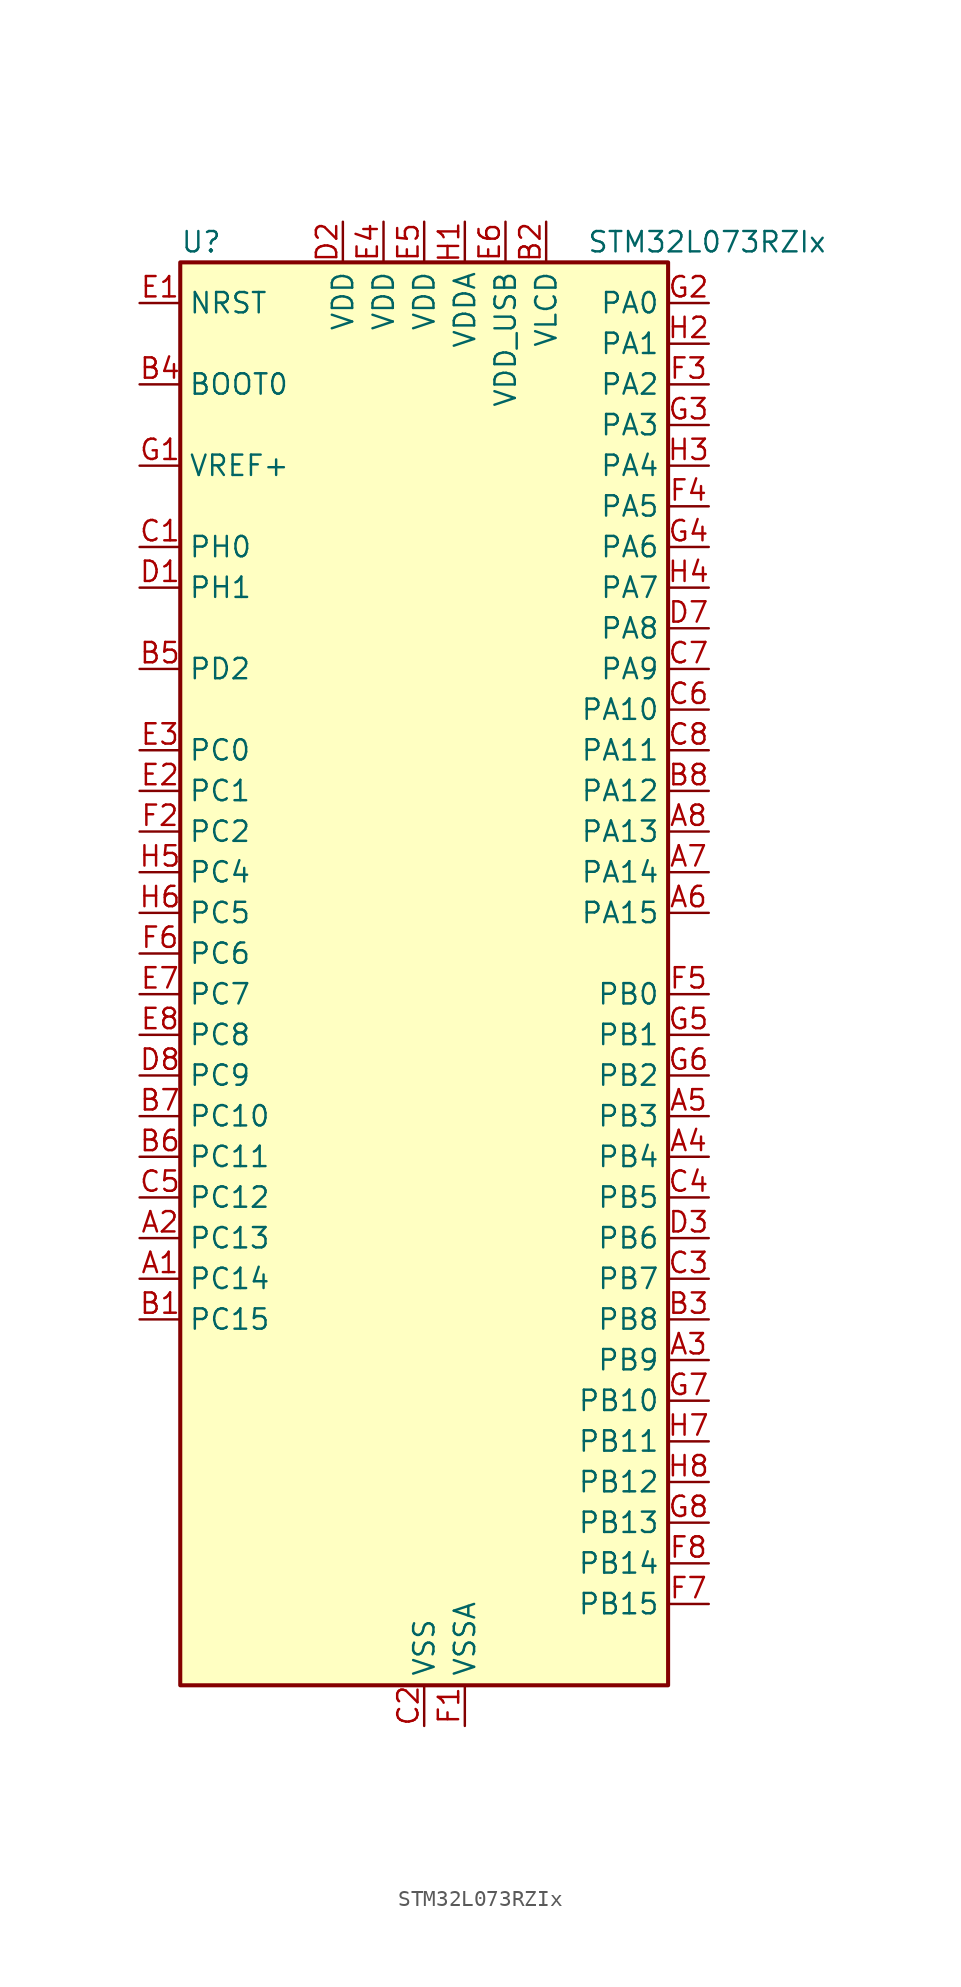
<source format=kicad_sym>
(kicad_symbol_lib
  (version 20220914)
  (generator kicad_symbol_editor)
  (symbol "STM32L073RZIx"
    (property "Reference" "U"
      (at -15.24 46.99 0)
      (effects (font (size 1.27 1.27)) (justify left)))
    (property "Value" "STM32L073RZIx"
      (at 10.16 46.99 0)
      (effects (font (size 1.27 1.27)) (justify left)))
    (property "ki_locked" ""
      (at 0 0 0)
      (effects (font (size 1.27 1.27))))
    (symbol "STM32L073RZIx_0_1"
      (rectangle (start -15.24 -43.18) (end 15.24 45.72) (stroke (width 0.254) (type default)) (fill (type background))))
    (symbol "STM32L073RZIx_1_1"
      (pin bidirectional line (at -17.78 -17.78 0) (length 2.54) (name "PC14" (effects (font (size 1.27 1.27)))) (number "A1" (effects (font (size 1.27 1.27)))) (alternate "RCC_OSC32_IN" bidirectional line))
      (pin bidirectional line (at -17.78 -15.24 0) (length 2.54) (name "PC13" (effects (font (size 1.27 1.27)))) (number "A2" (effects (font (size 1.27 1.27)))) (alternate "RTC_OUT_ALARM" bidirectional line) (alternate "RTC_OUT_CALIB" bidirectional line) (alternate "RTC_TAMP1" bidirectional line) (alternate "RTC_TS" bidirectional line) (alternate "SYS_WKUP2" bidirectional line))
      (pin bidirectional line (at 17.78 -22.86 180) (length 2.54) (name "PB9" (effects (font (size 1.27 1.27)))) (number "A3" (effects (font (size 1.27 1.27)))) (alternate "DAC_EXTI9" bidirectional line) (alternate "I2C1_SDA" bidirectional line) (alternate "I2S2_WS" bidirectional line) (alternate "LCD_COM3" bidirectional line) (alternate "SPI2_NSS" bidirectional line))
      (pin bidirectional line (at 17.78 -10.16 180) (length 2.54) (name "PB4" (effects (font (size 1.27 1.27)))) (number "A4" (effects (font (size 1.27 1.27)))) (alternate "COMP2_INP" bidirectional line) (alternate "I2C3_SDA" bidirectional line) (alternate "LCD_SEG8" bidirectional line) (alternate "SPI1_MISO" bidirectional line) (alternate "TIM22_CH1" bidirectional line) (alternate "TIM3_CH1" bidirectional line) (alternate "TSC_G5_IO2" bidirectional line) (alternate "USART1_CTS" bidirectional line) (alternate "USART5_RX" bidirectional line))
      (pin bidirectional line (at 17.78 -7.62 180) (length 2.54) (name "PB3" (effects (font (size 1.27 1.27)))) (number "A5" (effects (font (size 1.27 1.27)))) (alternate "COMP2_INM" bidirectional line) (alternate "LCD_SEG7" bidirectional line) (alternate "SPI1_SCK" bidirectional line) (alternate "TIM2_CH2" bidirectional line) (alternate "TSC_G5_IO1" bidirectional line) (alternate "USART1_DE" bidirectional line) (alternate "USART1_RTS" bidirectional line) (alternate "USART5_TX" bidirectional line))
      (pin bidirectional line (at 17.78 5.08 180) (length 2.54) (name "PA15" (effects (font (size 1.27 1.27)))) (number "A6" (effects (font (size 1.27 1.27)))) (alternate "LCD_SEG17" bidirectional line) (alternate "SPI1_NSS" bidirectional line) (alternate "TIM2_CH1" bidirectional line) (alternate "TIM2_ETR" bidirectional line) (alternate "USART2_RX" bidirectional line) (alternate "USART4_DE" bidirectional line) (alternate "USART4_RTS" bidirectional line))
      (pin bidirectional line (at 17.78 7.62 180) (length 2.54) (name "PA14" (effects (font (size 1.27 1.27)))) (number "A7" (effects (font (size 1.27 1.27)))) (alternate "LPUART1_TX" bidirectional line) (alternate "SYS_SWCLK" bidirectional line) (alternate "USART2_TX" bidirectional line))
      (pin bidirectional line (at 17.78 10.16 180) (length 2.54) (name "PA13" (effects (font (size 1.27 1.27)))) (number "A8" (effects (font (size 1.27 1.27)))) (alternate "LPUART1_RX" bidirectional line) (alternate "SYS_SWDIO" bidirectional line) (alternate "USB_NOE" bidirectional line))
      (pin bidirectional line (at -17.78 -20.32 0) (length 2.54) (name "PC15" (effects (font (size 1.27 1.27)))) (number "B1" (effects (font (size 1.27 1.27)))) (alternate "RCC_OSC32_OUT" bidirectional line))
      (pin power_in line (at 7.62 48.26 270) (length 2.54) (name "VLCD" (effects (font (size 1.27 1.27)))) (number "B2" (effects (font (size 1.27 1.27)))))
      (pin bidirectional line (at 17.78 -20.32 180) (length 2.54) (name "PB8" (effects (font (size 1.27 1.27)))) (number "B3" (effects (font (size 1.27 1.27)))) (alternate "I2C1_SCL" bidirectional line) (alternate "LCD_SEG16" bidirectional line) (alternate "TSC_SYNC" bidirectional line))
      (pin input line (at -17.78 38.1 0) (length 2.54) (name "BOOT0" (effects (font (size 1.27 1.27)))) (number "B4" (effects (font (size 1.27 1.27)))))
      (pin bidirectional line (at -17.78 20.32 0) (length 2.54) (name "PD2" (effects (font (size 1.27 1.27)))) (number "B5" (effects (font (size 1.27 1.27)))) (alternate "LCD_COM7" bidirectional line) (alternate "LCD_SEG31" bidirectional line) (alternate "LPUART1_DE" bidirectional line) (alternate "LPUART1_RTS" bidirectional line) (alternate "TIM3_ETR" bidirectional line) (alternate "USART5_RX" bidirectional line))
      (pin bidirectional line (at -17.78 -10.16 0) (length 2.54) (name "PC11" (effects (font (size 1.27 1.27)))) (number "B6" (effects (font (size 1.27 1.27)))) (alternate "ADC_EXTI11" bidirectional line) (alternate "LCD_COM5" bidirectional line) (alternate "LCD_SEG29" bidirectional line) (alternate "LPUART1_RX" bidirectional line) (alternate "USART4_RX" bidirectional line))
      (pin bidirectional line (at -17.78 -7.62 0) (length 2.54) (name "PC10" (effects (font (size 1.27 1.27)))) (number "B7" (effects (font (size 1.27 1.27)))) (alternate "LCD_COM4" bidirectional line) (alternate "LCD_SEG28" bidirectional line) (alternate "LPUART1_TX" bidirectional line) (alternate "USART4_TX" bidirectional line))
      (pin bidirectional line (at 17.78 12.7 180) (length 2.54) (name "PA12" (effects (font (size 1.27 1.27)))) (number "B8" (effects (font (size 1.27 1.27)))) (alternate "COMP2_OUT" bidirectional line) (alternate "SPI1_MOSI" bidirectional line) (alternate "TSC_G4_IO4" bidirectional line) (alternate "USART1_DE" bidirectional line) (alternate "USART1_RTS" bidirectional line) (alternate "USB_DP" bidirectional line))
      (pin bidirectional line (at -17.78 27.94 0) (length 2.54) (name "PH0" (effects (font (size 1.27 1.27)))) (number "C1" (effects (font (size 1.27 1.27)))) (alternate "CRS_SYNC" bidirectional line) (alternate "RCC_OSC_IN" bidirectional line))
      (pin power_in line (at 0 -45.72 90) (length 2.54) (name "VSS" (effects (font (size 1.27 1.27)))) (number "C2" (effects (font (size 1.27 1.27)))))
      (pin bidirectional line (at 17.78 -17.78 180) (length 2.54) (name "PB7" (effects (font (size 1.27 1.27)))) (number "C3" (effects (font (size 1.27 1.27)))) (alternate "COMP2_INP" bidirectional line) (alternate "I2C1_SDA" bidirectional line) (alternate "LPTIM1_IN2" bidirectional line) (alternate "SYS_PVD_IN" bidirectional line) (alternate "TSC_G5_IO4" bidirectional line) (alternate "USART1_RX" bidirectional line) (alternate "USART4_CTS" bidirectional line))
      (pin bidirectional line (at 17.78 -12.7 180) (length 2.54) (name "PB5" (effects (font (size 1.27 1.27)))) (number "C4" (effects (font (size 1.27 1.27)))) (alternate "COMP2_INP" bidirectional line) (alternate "I2C1_SMBA" bidirectional line) (alternate "LCD_SEG9" bidirectional line) (alternate "LPTIM1_IN1" bidirectional line) (alternate "SPI1_MOSI" bidirectional line) (alternate "TIM22_CH2" bidirectional line) (alternate "TIM3_CH2" bidirectional line) (alternate "USART1_CK" bidirectional line) (alternate "USART5_CK" bidirectional line) (alternate "USART5_DE" bidirectional line) (alternate "USART5_RTS" bidirectional line))
      (pin bidirectional line (at -17.78 -12.7 0) (length 2.54) (name "PC12" (effects (font (size 1.27 1.27)))) (number "C5" (effects (font (size 1.27 1.27)))) (alternate "LCD_COM6" bidirectional line) (alternate "LCD_SEG30" bidirectional line) (alternate "USART4_CK" bidirectional line) (alternate "USART5_TX" bidirectional line))
      (pin bidirectional line (at 17.78 17.78 180) (length 2.54) (name "PA10" (effects (font (size 1.27 1.27)))) (number "C6" (effects (font (size 1.27 1.27)))) (alternate "I2C1_SDA" bidirectional line) (alternate "LCD_COM2" bidirectional line) (alternate "TSC_G4_IO2" bidirectional line) (alternate "USART1_RX" bidirectional line))
      (pin bidirectional line (at 17.78 20.32 180) (length 2.54) (name "PA9" (effects (font (size 1.27 1.27)))) (number "C7" (effects (font (size 1.27 1.27)))) (alternate "DAC_EXTI9" bidirectional line) (alternate "I2C1_SCL" bidirectional line) (alternate "I2C3_SMBA" bidirectional line) (alternate "LCD_COM1" bidirectional line) (alternate "RCC_MCO" bidirectional line) (alternate "TSC_G4_IO1" bidirectional line) (alternate "USART1_TX" bidirectional line))
      (pin bidirectional line (at 17.78 15.24 180) (length 2.54) (name "PA11" (effects (font (size 1.27 1.27)))) (number "C8" (effects (font (size 1.27 1.27)))) (alternate "ADC_EXTI11" bidirectional line) (alternate "COMP1_OUT" bidirectional line) (alternate "SPI1_MISO" bidirectional line) (alternate "TSC_G4_IO3" bidirectional line) (alternate "USART1_CTS" bidirectional line) (alternate "USB_DM" bidirectional line))
      (pin bidirectional line (at -17.78 25.4 0) (length 2.54) (name "PH1" (effects (font (size 1.27 1.27)))) (number "D1" (effects (font (size 1.27 1.27)))) (alternate "RCC_OSC_OUT" bidirectional line))
      (pin power_in line (at -5.08 48.26 270) (length 2.54) (name "VDD" (effects (font (size 1.27 1.27)))) (number "D2" (effects (font (size 1.27 1.27)))))
      (pin bidirectional line (at 17.78 -15.24 180) (length 2.54) (name "PB6" (effects (font (size 1.27 1.27)))) (number "D3" (effects (font (size 1.27 1.27)))) (alternate "COMP2_INP" bidirectional line) (alternate "I2C1_SCL" bidirectional line) (alternate "LPTIM1_ETR" bidirectional line) (alternate "TSC_G5_IO3" bidirectional line) (alternate "USART1_TX" bidirectional line))
      (pin passive line (at 0 -45.72 90) (length 2.54) hide (name "VSS" (effects (font (size 1.27 1.27)))) (number "D4" (effects (font (size 1.27 1.27)))))
      (pin passive line (at 0 -45.72 90) (length 2.54) hide (name "VSS" (effects (font (size 1.27 1.27)))) (number "D5" (effects (font (size 1.27 1.27)))))
      (pin passive line (at 0 -45.72 90) (length 2.54) hide (name "VSS" (effects (font (size 1.27 1.27)))) (number "D6" (effects (font (size 1.27 1.27)))))
      (pin bidirectional line (at 17.78 22.86 180) (length 2.54) (name "PA8" (effects (font (size 1.27 1.27)))) (number "D7" (effects (font (size 1.27 1.27)))) (alternate "CRS_SYNC" bidirectional line) (alternate "I2C3_SCL" bidirectional line) (alternate "LCD_COM0" bidirectional line) (alternate "RCC_MCO" bidirectional line) (alternate "USART1_CK" bidirectional line))
      (pin bidirectional line (at -17.78 -5.08 0) (length 2.54) (name "PC9" (effects (font (size 1.27 1.27)))) (number "D8" (effects (font (size 1.27 1.27)))) (alternate "DAC_EXTI9" bidirectional line) (alternate "I2C3_SDA" bidirectional line) (alternate "LCD_SEG27" bidirectional line) (alternate "TIM21_ETR" bidirectional line) (alternate "TIM3_CH4" bidirectional line) (alternate "TSC_G8_IO4" bidirectional line) (alternate "USB_NOE" bidirectional line))
      (pin input line (at -17.78 43.18 0) (length 2.54) (name "NRST" (effects (font (size 1.27 1.27)))) (number "E1" (effects (font (size 1.27 1.27)))))
      (pin bidirectional line (at -17.78 12.7 0) (length 2.54) (name "PC1" (effects (font (size 1.27 1.27)))) (number "E2" (effects (font (size 1.27 1.27)))) (alternate "ADC_IN11" bidirectional line) (alternate "I2C3_SDA" bidirectional line) (alternate "LCD_SEG19" bidirectional line) (alternate "LPTIM1_OUT" bidirectional line) (alternate "LPUART1_TX" bidirectional line) (alternate "TSC_G7_IO2" bidirectional line))
      (pin bidirectional line (at -17.78 15.24 0) (length 2.54) (name "PC0" (effects (font (size 1.27 1.27)))) (number "E3" (effects (font (size 1.27 1.27)))) (alternate "ADC_IN10" bidirectional line) (alternate "I2C3_SCL" bidirectional line) (alternate "LCD_SEG18" bidirectional line) (alternate "LPTIM1_IN1" bidirectional line) (alternate "LPUART1_RX" bidirectional line) (alternate "TSC_G7_IO1" bidirectional line))
      (pin power_in line (at -2.54 48.26 270) (length 2.54) (name "VDD" (effects (font (size 1.27 1.27)))) (number "E4" (effects (font (size 1.27 1.27)))))
      (pin power_in line (at 0 48.26 270) (length 2.54) (name "VDD" (effects (font (size 1.27 1.27)))) (number "E5" (effects (font (size 1.27 1.27)))))
      (pin power_in line (at 5.08 48.26 270) (length 2.54) (name "VDD_USB" (effects (font (size 1.27 1.27)))) (number "E6" (effects (font (size 1.27 1.27)))))
      (pin bidirectional line (at -17.78 0 0) (length 2.54) (name "PC7" (effects (font (size 1.27 1.27)))) (number "E7" (effects (font (size 1.27 1.27)))) (alternate "LCD_SEG25" bidirectional line) (alternate "TIM22_CH2" bidirectional line) (alternate "TIM3_CH2" bidirectional line) (alternate "TSC_G8_IO2" bidirectional line))
      (pin bidirectional line (at -17.78 -2.54 0) (length 2.54) (name "PC8" (effects (font (size 1.27 1.27)))) (number "E8" (effects (font (size 1.27 1.27)))) (alternate "LCD_SEG26" bidirectional line) (alternate "TIM22_ETR" bidirectional line) (alternate "TIM3_CH3" bidirectional line) (alternate "TSC_G8_IO3" bidirectional line))
      (pin power_in line (at 2.54 -45.72 90) (length 2.54) (name "VSSA" (effects (font (size 1.27 1.27)))) (number "F1" (effects (font (size 1.27 1.27)))))
      (pin bidirectional line (at -17.78 10.16 0) (length 2.54) (name "PC2" (effects (font (size 1.27 1.27)))) (number "F2" (effects (font (size 1.27 1.27)))) (alternate "ADC_IN12" bidirectional line) (alternate "I2S2_MCK" bidirectional line) (alternate "LCD_SEG20" bidirectional line) (alternate "LPTIM1_IN2" bidirectional line) (alternate "SPI2_MISO" bidirectional line) (alternate "TSC_G7_IO3" bidirectional line))
      (pin bidirectional line (at 17.78 38.1 180) (length 2.54) (name "PA2" (effects (font (size 1.27 1.27)))) (number "F3" (effects (font (size 1.27 1.27)))) (alternate "ADC_IN2" bidirectional line) (alternate "COMP2_INM" bidirectional line) (alternate "COMP2_OUT" bidirectional line) (alternate "LCD_SEG1" bidirectional line) (alternate "LPUART1_TX" bidirectional line) (alternate "TIM21_CH1" bidirectional line) (alternate "TIM2_CH3" bidirectional line) (alternate "TSC_G1_IO3" bidirectional line) (alternate "USART2_TX" bidirectional line))
      (pin bidirectional line (at 17.78 30.48 180) (length 2.54) (name "PA5" (effects (font (size 1.27 1.27)))) (number "F4" (effects (font (size 1.27 1.27)))) (alternate "ADC_IN5" bidirectional line) (alternate "COMP1_INM" bidirectional line) (alternate "COMP2_INM" bidirectional line) (alternate "DAC_OUT2" bidirectional line) (alternate "SPI1_SCK" bidirectional line) (alternate "TIM2_CH1" bidirectional line) (alternate "TIM2_ETR" bidirectional line) (alternate "TSC_G2_IO2" bidirectional line))
      (pin bidirectional line (at 17.78 0 180) (length 2.54) (name "PB0" (effects (font (size 1.27 1.27)))) (number "F5" (effects (font (size 1.27 1.27)))) (alternate "ADC_IN8" bidirectional line) (alternate "LCD_SEG5" bidirectional line) (alternate "LCD_VLCD3" bidirectional line) (alternate "SYS_VREF_OUT_PB0" bidirectional line) (alternate "TIM3_CH3" bidirectional line) (alternate "TSC_G3_IO2" bidirectional line))
      (pin bidirectional line (at -17.78 2.54 0) (length 2.54) (name "PC6" (effects (font (size 1.27 1.27)))) (number "F6" (effects (font (size 1.27 1.27)))) (alternate "LCD_SEG24" bidirectional line) (alternate "TIM22_CH1" bidirectional line) (alternate "TIM3_CH1" bidirectional line) (alternate "TSC_G8_IO1" bidirectional line))
      (pin bidirectional line (at 17.78 -38.1 180) (length 2.54) (name "PB15" (effects (font (size 1.27 1.27)))) (number "F7" (effects (font (size 1.27 1.27)))) (alternate "I2S2_SD" bidirectional line) (alternate "LCD_SEG15" bidirectional line) (alternate "RTC_REFIN" bidirectional line) (alternate "SPI2_MOSI" bidirectional line))
      (pin bidirectional line (at 17.78 -35.56 180) (length 2.54) (name "PB14" (effects (font (size 1.27 1.27)))) (number "F8" (effects (font (size 1.27 1.27)))) (alternate "I2C2_SDA" bidirectional line) (alternate "I2S2_MCK" bidirectional line) (alternate "LCD_SEG14" bidirectional line) (alternate "LPUART1_DE" bidirectional line) (alternate "LPUART1_RTS" bidirectional line) (alternate "RTC_OUT_ALARM" bidirectional line) (alternate "RTC_OUT_CALIB" bidirectional line) (alternate "SPI2_MISO" bidirectional line) (alternate "TIM21_CH2" bidirectional line) (alternate "TSC_G6_IO4" bidirectional line))
      (pin input line (at -17.78 33.02 0) (length 2.54) (name "VREF+" (effects (font (size 1.27 1.27)))) (number "G1" (effects (font (size 1.27 1.27)))))
      (pin bidirectional line (at 17.78 43.18 180) (length 2.54) (name "PA0" (effects (font (size 1.27 1.27)))) (number "G2" (effects (font (size 1.27 1.27)))) (alternate "ADC_IN0" bidirectional line) (alternate "COMP1_INM" bidirectional line) (alternate "COMP1_OUT" bidirectional line) (alternate "RTC_TAMP2" bidirectional line) (alternate "SYS_WKUP1" bidirectional line) (alternate "TIM2_CH1" bidirectional line) (alternate "TIM2_ETR" bidirectional line) (alternate "TSC_G1_IO1" bidirectional line) (alternate "USART2_CTS" bidirectional line) (alternate "USART4_TX" bidirectional line))
      (pin bidirectional line (at 17.78 35.56 180) (length 2.54) (name "PA3" (effects (font (size 1.27 1.27)))) (number "G3" (effects (font (size 1.27 1.27)))) (alternate "ADC_IN3" bidirectional line) (alternate "COMP2_INP" bidirectional line) (alternate "LCD_SEG2" bidirectional line) (alternate "LPUART1_RX" bidirectional line) (alternate "TIM21_CH2" bidirectional line) (alternate "TIM2_CH4" bidirectional line) (alternate "TSC_G1_IO4" bidirectional line) (alternate "USART2_RX" bidirectional line))
      (pin bidirectional line (at 17.78 27.94 180) (length 2.54) (name "PA6" (effects (font (size 1.27 1.27)))) (number "G4" (effects (font (size 1.27 1.27)))) (alternate "ADC_IN6" bidirectional line) (alternate "COMP1_OUT" bidirectional line) (alternate "LCD_SEG3" bidirectional line) (alternate "LPUART1_CTS" bidirectional line) (alternate "SPI1_MISO" bidirectional line) (alternate "TIM22_CH1" bidirectional line) (alternate "TIM3_CH1" bidirectional line) (alternate "TSC_G2_IO3" bidirectional line))
      (pin bidirectional line (at 17.78 -2.54 180) (length 2.54) (name "PB1" (effects (font (size 1.27 1.27)))) (number "G5" (effects (font (size 1.27 1.27)))) (alternate "ADC_IN9" bidirectional line) (alternate "LCD_SEG6" bidirectional line) (alternate "LPUART1_DE" bidirectional line) (alternate "LPUART1_RTS" bidirectional line) (alternate "SYS_VREF_OUT_PB1" bidirectional line) (alternate "TIM3_CH4" bidirectional line) (alternate "TSC_G3_IO3" bidirectional line))
      (pin bidirectional line (at 17.78 -5.08 180) (length 2.54) (name "PB2" (effects (font (size 1.27 1.27)))) (number "G6" (effects (font (size 1.27 1.27)))) (alternate "I2C3_SMBA" bidirectional line) (alternate "LCD_VLCD2" bidirectional line) (alternate "LPTIM1_OUT" bidirectional line) (alternate "TSC_G3_IO4" bidirectional line))
      (pin bidirectional line (at 17.78 -25.4 180) (length 2.54) (name "PB10" (effects (font (size 1.27 1.27)))) (number "G7" (effects (font (size 1.27 1.27)))) (alternate "I2C2_SCL" bidirectional line) (alternate "LCD_SEG10" bidirectional line) (alternate "LPUART1_RX" bidirectional line) (alternate "LPUART1_TX" bidirectional line) (alternate "SPI2_SCK" bidirectional line) (alternate "TIM2_CH3" bidirectional line) (alternate "TSC_SYNC" bidirectional line))
      (pin bidirectional line (at 17.78 -33.02 180) (length 2.54) (name "PB13" (effects (font (size 1.27 1.27)))) (number "G8" (effects (font (size 1.27 1.27)))) (alternate "I2C2_SCL" bidirectional line) (alternate "I2S2_CK" bidirectional line) (alternate "LCD_SEG13" bidirectional line) (alternate "LPUART1_CTS" bidirectional line) (alternate "RCC_MCO" bidirectional line) (alternate "SPI2_SCK" bidirectional line) (alternate "TIM21_CH1" bidirectional line) (alternate "TSC_G6_IO3" bidirectional line))
      (pin power_in line (at 2.54 48.26 270) (length 2.54) (name "VDDA" (effects (font (size 1.27 1.27)))) (number "H1" (effects (font (size 1.27 1.27)))))
      (pin bidirectional line (at 17.78 40.64 180) (length 2.54) (name "PA1" (effects (font (size 1.27 1.27)))) (number "H2" (effects (font (size 1.27 1.27)))) (alternate "ADC_IN1" bidirectional line) (alternate "COMP1_INP" bidirectional line) (alternate "LCD_SEG0" bidirectional line) (alternate "TIM21_ETR" bidirectional line) (alternate "TIM2_CH2" bidirectional line) (alternate "TSC_G1_IO2" bidirectional line) (alternate "USART2_DE" bidirectional line) (alternate "USART2_RTS" bidirectional line) (alternate "USART4_RX" bidirectional line))
      (pin bidirectional line (at 17.78 33.02 180) (length 2.54) (name "PA4" (effects (font (size 1.27 1.27)))) (number "H3" (effects (font (size 1.27 1.27)))) (alternate "ADC_IN4" bidirectional line) (alternate "COMP1_INM" bidirectional line) (alternate "COMP2_INM" bidirectional line) (alternate "DAC_OUT1" bidirectional line) (alternate "SPI1_NSS" bidirectional line) (alternate "TIM22_ETR" bidirectional line) (alternate "TSC_G2_IO1" bidirectional line) (alternate "USART2_CK" bidirectional line))
      (pin bidirectional line (at 17.78 25.4 180) (length 2.54) (name "PA7" (effects (font (size 1.27 1.27)))) (number "H4" (effects (font (size 1.27 1.27)))) (alternate "ADC_IN7" bidirectional line) (alternate "COMP2_OUT" bidirectional line) (alternate "LCD_SEG4" bidirectional line) (alternate "SPI1_MOSI" bidirectional line) (alternate "TIM22_CH2" bidirectional line) (alternate "TIM3_CH2" bidirectional line) (alternate "TSC_G2_IO4" bidirectional line))
      (pin bidirectional line (at -17.78 7.62 0) (length 2.54) (name "PC4" (effects (font (size 1.27 1.27)))) (number "H5" (effects (font (size 1.27 1.27)))) (alternate "ADC_IN14" bidirectional line) (alternate "LCD_SEG22" bidirectional line) (alternate "LPUART1_TX" bidirectional line))
      (pin bidirectional line (at -17.78 5.08 0) (length 2.54) (name "PC5" (effects (font (size 1.27 1.27)))) (number "H6" (effects (font (size 1.27 1.27)))) (alternate "ADC_IN15" bidirectional line) (alternate "LCD_SEG23" bidirectional line) (alternate "LPUART1_RX" bidirectional line) (alternate "TSC_G3_IO1" bidirectional line))
      (pin bidirectional line (at 17.78 -27.94 180) (length 2.54) (name "PB11" (effects (font (size 1.27 1.27)))) (number "H7" (effects (font (size 1.27 1.27)))) (alternate "ADC_EXTI11" bidirectional line) (alternate "I2C2_SDA" bidirectional line) (alternate "LCD_SEG11" bidirectional line) (alternate "LPUART1_RX" bidirectional line) (alternate "LPUART1_TX" bidirectional line) (alternate "TIM2_CH4" bidirectional line) (alternate "TSC_G6_IO1" bidirectional line))
      (pin bidirectional line (at 17.78 -30.48 180) (length 2.54) (name "PB12" (effects (font (size 1.27 1.27)))) (number "H8" (effects (font (size 1.27 1.27)))) (alternate "I2S2_WS" bidirectional line) (alternate "LCD_SEG12" bidirectional line) (alternate "LCD_VLCD2" bidirectional line) (alternate "LPUART1_DE" bidirectional line) (alternate "LPUART1_RTS" bidirectional line) (alternate "SPI2_NSS" bidirectional line) (alternate "TSC_G6_IO2" bidirectional line)))))
</source>
